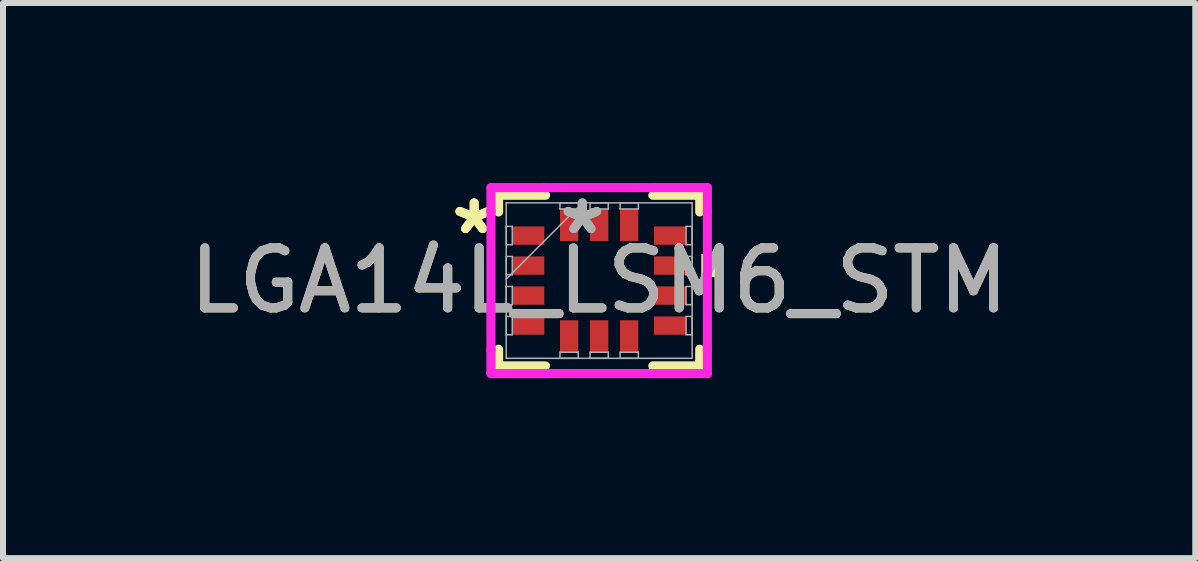
<source format=kicad_pcb>
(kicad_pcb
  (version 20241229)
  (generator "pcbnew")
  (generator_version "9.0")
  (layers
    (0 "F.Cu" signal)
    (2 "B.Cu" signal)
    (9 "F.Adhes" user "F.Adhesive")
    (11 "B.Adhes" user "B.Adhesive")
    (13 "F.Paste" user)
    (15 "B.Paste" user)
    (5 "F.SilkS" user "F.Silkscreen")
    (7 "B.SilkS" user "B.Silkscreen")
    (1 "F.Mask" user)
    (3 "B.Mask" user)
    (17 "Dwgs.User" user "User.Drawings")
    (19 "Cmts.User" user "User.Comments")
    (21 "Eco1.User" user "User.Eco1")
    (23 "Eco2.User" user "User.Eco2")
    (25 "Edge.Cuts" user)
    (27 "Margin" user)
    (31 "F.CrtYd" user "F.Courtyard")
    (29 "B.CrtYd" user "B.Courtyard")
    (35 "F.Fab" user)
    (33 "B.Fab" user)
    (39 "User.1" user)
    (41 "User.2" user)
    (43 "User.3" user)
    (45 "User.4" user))
  (footprint "LGA14L_LSM6_STM"
    (layer "F.Cu")
    (at 6.935 1.626)
    (property "Reference" "LGA14L_LSM6_STM" (at 0 0 0) (unlocked yes) (layer "F.SilkS") (effects (font (size 1 1) (thickness 0.15))))
    (attr smd)
    (fp_line (start -1.676 -1.422) (end -1.676 -1.144) (stroke (width 0.152) (type solid)) (layer "F.SilkS"))
    (fp_line (start -1.676 1.144) (end -1.676 1.422) (stroke (width 0.152) (type solid)) (layer "F.SilkS"))
    (fp_line (start -1.676 1.422) (end -0.894 1.422) (stroke (width 0.152) (type solid)) (layer "F.SilkS"))
    (fp_line (start -0.894 -1.422) (end -1.676 -1.422) (stroke (width 0.152) (type solid)) (layer "F.SilkS"))
    (fp_line (start 0.894 1.422) (end 1.676 1.422) (stroke (width 0.152) (type solid)) (layer "F.SilkS"))
    (fp_line (start 1.676 -1.422) (end 0.894 -1.422) (stroke (width 0.152) (type solid)) (layer "F.SilkS"))
    (fp_line (start 1.676 -1.144) (end 1.676 -1.422) (stroke (width 0.152) (type solid)) (layer "F.SilkS"))
    (fp_line (start 1.676 1.422) (end 1.676 1.144) (stroke (width 0.152) (type solid)) (layer "F.SilkS"))
    (fp_poly (pts (xy 1.956 -0.441) (xy 1.956 -0.06) (xy 1.702 -0.06) (xy 1.702 -0.441)) (stroke (width 0) (type solid)) (fill yes) (layer "F.SilkS"))
    (fp_line (start -1.803 -1.549) (end -0.907 -1.549) (stroke (width 0.152) (type solid)) (layer "F.CrtYd"))
    (fp_line (start -1.803 -1.157) (end -1.803 -1.549) (stroke (width 0.152) (type solid)) (layer "F.CrtYd"))
    (fp_line (start -1.803 -1.157) (end -1.803 -1.157) (stroke (width 0.152) (type solid)) (layer "F.CrtYd"))
    (fp_line (start -1.803 1.157) (end -1.803 -1.157) (stroke (width 0.152) (type solid)) (layer "F.CrtYd"))
    (fp_line (start -1.803 1.157) (end -1.803 1.157) (stroke (width 0.152) (type solid)) (layer "F.CrtYd"))
    (fp_line (start -1.803 1.549) (end -1.803 1.157) (stroke (width 0.152) (type solid)) (layer "F.CrtYd"))
    (fp_line (start -0.907 -1.549) (end -0.907 -1.549) (stroke (width 0.152) (type solid)) (layer "F.CrtYd"))
    (fp_line (start -0.907 -1.549) (end 0.907 -1.549) (stroke (width 0.152) (type solid)) (layer "F.CrtYd"))
    (fp_line (start -0.907 1.549) (end -1.803 1.549) (stroke (width 0.152) (type solid)) (layer "F.CrtYd"))
    (fp_line (start -0.907 1.549) (end -0.907 1.549) (stroke (width 0.152) (type solid)) (layer "F.CrtYd"))
    (fp_line (start 0.907 -1.549) (end 0.907 -1.549) (stroke (width 0.152) (type solid)) (layer "F.CrtYd"))
    (fp_line (start 0.907 -1.549) (end 1.803 -1.549) (stroke (width 0.152) (type solid)) (layer "F.CrtYd"))
    (fp_line (start 0.907 1.549) (end -0.907 1.549) (stroke (width 0.152) (type solid)) (layer "F.CrtYd"))
    (fp_line (start 0.907 1.549) (end 0.907 1.549) (stroke (width 0.152) (type solid)) (layer "F.CrtYd"))
    (fp_line (start 1.803 -1.549) (end 1.803 -1.157) (stroke (width 0.152) (type solid)) (layer "F.CrtYd"))
    (fp_line (start 1.803 -1.157) (end 1.803 -1.157) (stroke (width 0.152) (type solid)) (layer "F.CrtYd"))
    (fp_line (start 1.803 -1.157) (end 1.803 1.157) (stroke (width 0.152) (type solid)) (layer "F.CrtYd"))
    (fp_line (start 1.803 1.157) (end 1.803 1.157) (stroke (width 0.152) (type solid)) (layer "F.CrtYd"))
    (fp_line (start 1.803 1.157) (end 1.803 1.549) (stroke (width 0.152) (type solid)) (layer "F.CrtYd"))
    (fp_line (start 1.803 1.549) (end 0.907 1.549) (stroke (width 0.152) (type solid)) (layer "F.CrtYd"))
    (fp_line (start -1.549 -1.295) (end -1.549 1.295) (stroke (width 0.025) (type solid)) (layer "F.Fab"))
    (fp_line (start -1.549 -0.903) (end -1.448 -0.903) (stroke (width 0.025) (type solid)) (layer "F.Fab"))
    (fp_line (start -1.549 -0.598) (end -1.549 -0.903) (stroke (width 0.025) (type solid)) (layer "F.Fab"))
    (fp_line (start -1.549 -0.402) (end -1.448 -0.402) (stroke (width 0.025) (type solid)) (layer "F.Fab"))
    (fp_line (start -1.549 -0.098) (end -1.549 -0.402) (stroke (width 0.025) (type solid)) (layer "F.Fab"))
    (fp_line (start -1.549 -0.025) (end -0.279 -1.295) (stroke (width 0.025) (type solid)) (layer "F.Fab"))
    (fp_line (start -1.549 0.098) (end -1.448 0.098) (stroke (width 0.025) (type solid)) (layer "F.Fab"))
    (fp_line (start -1.549 0.402) (end -1.549 0.098) (stroke (width 0.025) (type solid)) (layer "F.Fab"))
    (fp_line (start -1.549 0.598) (end -1.448 0.598) (stroke (width 0.025) (type solid)) (layer "F.Fab"))
    (fp_line (start -1.549 0.903) (end -1.549 0.598) (stroke (width 0.025) (type solid)) (layer "F.Fab"))
    (fp_line (start -1.549 1.295) (end 1.549 1.295) (stroke (width 0.025) (type solid)) (layer "F.Fab"))
    (fp_line (start -1.448 -0.903) (end -1.448 -0.598) (stroke (width 0.025) (type solid)) (layer "F.Fab"))
    (fp_line (start -1.448 -0.598) (end -1.549 -0.598) (stroke (width 0.025) (type solid)) (layer "F.Fab"))
    (fp_line (start -1.448 -0.402) (end -1.448 -0.098) (stroke (width 0.025) (type solid)) (layer "F.Fab"))
    (fp_line (start -1.448 -0.098) (end -1.549 -0.098) (stroke (width 0.025) (type solid)) (layer "F.Fab"))
    (fp_line (start -1.448 0.098) (end -1.448 0.402) (stroke (width 0.025) (type solid)) (layer "F.Fab"))
    (fp_line (start -1.448 0.402) (end -1.549 0.402) (stroke (width 0.025) (type solid)) (layer "F.Fab"))
    (fp_line (start -1.448 0.598) (end -1.448 0.903) (stroke (width 0.025) (type solid)) (layer "F.Fab"))
    (fp_line (start -1.448 0.903) (end -1.549 0.903) (stroke (width 0.025) (type solid)) (layer "F.Fab"))
    (fp_line (start -0.653 -1.295) (end -0.348 -1.295) (stroke (width 0.025) (type solid)) (layer "F.Fab"))
    (fp_line (start -0.653 -1.194) (end -0.653 -1.295) (stroke (width 0.025) (type solid)) (layer "F.Fab"))
    (fp_line (start -0.653 1.194) (end -0.348 1.194) (stroke (width 0.025) (type solid)) (layer "F.Fab"))
    (fp_line (start -0.653 1.295) (end -0.653 1.194) (stroke (width 0.025) (type solid)) (layer "F.Fab"))
    (fp_line (start -0.348 -1.295) (end -0.348 -1.194) (stroke (width 0.025) (type solid)) (layer "F.Fab"))
    (fp_line (start -0.348 -1.194) (end -0.653 -1.194) (stroke (width 0.025) (type solid)) (layer "F.Fab"))
    (fp_line (start -0.348 1.194) (end -0.348 1.295) (stroke (width 0.025) (type solid)) (layer "F.Fab"))
    (fp_line (start -0.348 1.295) (end -0.653 1.295) (stroke (width 0.025) (type solid)) (layer "F.Fab"))
    (fp_line (start -0.152 -1.295) (end 0.152 -1.295) (stroke (width 0.025) (type solid)) (layer "F.Fab"))
    (fp_line (start -0.152 -1.194) (end -0.152 -1.295) (stroke (width 0.025) (type solid)) (layer "F.Fab"))
    (fp_line (start -0.152 1.194) (end 0.152 1.194) (stroke (width 0.025) (type solid)) (layer "F.Fab"))
    (fp_line (start -0.152 1.295) (end -0.152 1.194) (stroke (width 0.025) (type solid)) (layer "F.Fab"))
    (fp_line (start 0.152 -1.295) (end 0.152 -1.194) (stroke (width 0.025) (type solid)) (layer "F.Fab"))
    (fp_line (start 0.152 -1.194) (end -0.152 -1.194) (stroke (width 0.025) (type solid)) (layer "F.Fab"))
    (fp_line (start 0.152 1.194) (end 0.152 1.295) (stroke (width 0.025) (type solid)) (layer "F.Fab"))
    (fp_line (start 0.152 1.295) (end -0.152 1.295) (stroke (width 0.025) (type solid)) (layer "F.Fab"))
    (fp_line (start 0.348 -1.295) (end 0.653 -1.295) (stroke (width 0.025) (type solid)) (layer "F.Fab"))
    (fp_line (start 0.348 -1.194) (end 0.348 -1.295) (stroke (width 0.025) (type solid)) (layer "F.Fab"))
    (fp_line (start 0.348 1.194) (end 0.653 1.194) (stroke (width 0.025) (type solid)) (layer "F.Fab"))
    (fp_line (start 0.348 1.295) (end 0.348 1.194) (stroke (width 0.025) (type solid)) (layer "F.Fab"))
    (fp_line (start 0.653 -1.295) (end 0.653 -1.194) (stroke (width 0.025) (type solid)) (layer "F.Fab"))
    (fp_line (start 0.653 -1.194) (end 0.348 -1.194) (stroke (width 0.025) (type solid)) (layer "F.Fab"))
    (fp_line (start 0.653 1.194) (end 0.653 1.295) (stroke (width 0.025) (type solid)) (layer "F.Fab"))
    (fp_line (start 0.653 1.295) (end 0.348 1.295) (stroke (width 0.025) (type solid)) (layer "F.Fab"))
    (fp_line (start 1.448 -0.903) (end 1.549 -0.903) (stroke (width 0.025) (type solid)) (layer "F.Fab"))
    (fp_line (start 1.448 -0.598) (end 1.448 -0.903) (stroke (width 0.025) (type solid)) (layer "F.Fab"))
    (fp_line (start 1.448 -0.402) (end 1.549 -0.402) (stroke (width 0.025) (type solid)) (layer "F.Fab"))
    (fp_line (start 1.448 -0.098) (end 1.448 -0.402) (stroke (width 0.025) (type solid)) (layer "F.Fab"))
    (fp_line (start 1.448 0.098) (end 1.549 0.098) (stroke (width 0.025) (type solid)) (layer "F.Fab"))
    (fp_line (start 1.448 0.402) (end 1.448 0.098) (stroke (width 0.025) (type solid)) (layer "F.Fab"))
    (fp_line (start 1.448 0.598) (end 1.549 0.598) (stroke (width 0.025) (type solid)) (layer "F.Fab"))
    (fp_line (start 1.448 0.903) (end 1.448 0.598) (stroke (width 0.025) (type solid)) (layer "F.Fab"))
    (fp_line (start 1.549 -1.295) (end -1.549 -1.295) (stroke (width 0.025) (type solid)) (layer "F.Fab"))
    (fp_line (start 1.549 -0.903) (end 1.549 -0.598) (stroke (width 0.025) (type solid)) (layer "F.Fab"))
    (fp_line (start 1.549 -0.598) (end 1.448 -0.598) (stroke (width 0.025) (type solid)) (layer "F.Fab"))
    (fp_line (start 1.549 -0.402) (end 1.549 -0.098) (stroke (width 0.025) (type solid)) (layer "F.Fab"))
    (fp_line (start 1.549 -0.098) (end 1.448 -0.098) (stroke (width 0.025) (type solid)) (layer "F.Fab"))
    (fp_line (start 1.549 0.098) (end 1.549 0.402) (stroke (width 0.025) (type solid)) (layer "F.Fab"))
    (fp_line (start 1.549 0.402) (end 1.448 0.402) (stroke (width 0.025) (type solid)) (layer "F.Fab"))
    (fp_line (start 1.549 0.598) (end 1.549 0.903) (stroke (width 0.025) (type solid)) (layer "F.Fab"))
    (fp_line (start 1.549 0.903) (end 1.448 0.903) (stroke (width 0.025) (type solid)) (layer "F.Fab"))
    (fp_line (start 1.549 1.295) (end 1.549 -1.295) (stroke (width 0.025) (type solid)) (layer "F.Fab"))
    (fp_text user "*" (at -2.083 -0.75 0) (unlocked yes) (layer "F.SilkS") (effects (font (size 1 1) (thickness 0.15))))
    (fp_text user "*" (at -2.083 -0.75 0) (layer "F.SilkS") (effects (font (size 1 1) (thickness 0.15))))
    (fp_text user "*" (at -0.279 -0.75 0) (unlocked yes) (layer "F.Fab") (effects (font (size 1 1) (thickness 0.15))))
    (fp_text user "*" (at -0.279 -0.75 0) (layer "F.Fab") (effects (font (size 1 1) (thickness 0.15))))
    (fp_text user "${REFERENCE}" (at 0 0 0) (unlocked yes) (layer "F.Fab") (effects (font (size 1 1) (thickness 0.15))))
    (pad "1" smd rect (at -1.181 -0.75 90) (size 0.305 0.533) (layers "F.Cu" "F.Mask" "F.Paste"))
    (pad "2" smd rect (at -1.181 -0.25 90) (size 0.305 0.533) (layers "F.Cu" "F.Mask" "F.Paste"))
    (pad "3" smd rect (at -1.181 0.25 90) (size 0.305 0.533) (layers "F.Cu" "F.Mask" "F.Paste"))
    (pad "4" smd rect (at -1.181 0.75 90) (size 0.305 0.533) (layers "F.Cu" "F.Mask" "F.Paste"))
    (pad "5" smd rect (at -0.5 0.927) (size 0.305 0.533) (layers "F.Cu" "F.Mask" "F.Paste"))
    (pad "6" smd rect (at 0 0.927) (size 0.305 0.533) (layers "F.Cu" "F.Mask" "F.Paste"))
    (pad "7" smd rect (at 0.5 0.927) (size 0.305 0.533) (layers "F.Cu" "F.Mask" "F.Paste"))
    (pad "8" smd rect (at 1.181 0.75 90) (size 0.305 0.533) (layers "F.Cu" "F.Mask" "F.Paste"))
    (pad "9" smd rect (at 1.181 0.25 90) (size 0.305 0.533) (layers "F.Cu" "F.Mask" "F.Paste"))
    (pad "10" smd rect (at 1.181 -0.25 90) (size 0.305 0.533) (layers "F.Cu" "F.Mask" "F.Paste"))
    (pad "11" smd rect (at 1.181 -0.75 90) (size 0.305 0.533) (layers "F.Cu" "F.Mask" "F.Paste"))
    (pad "12" smd rect (at 0.5 -0.927) (size 0.305 0.533) (layers "F.Cu" "F.Mask" "F.Paste"))
    (pad "13" smd rect (at 0 -0.927) (size 0.305 0.533) (layers "F.Cu" "F.Mask" "F.Paste"))
    (pad "14" smd rect (at -0.5 -0.927) (size 0.305 0.533) (layers "F.Cu" "F.Mask" "F.Paste")))
  (gr_rect
    (start -3 -3)
    (end 16.869 6.251)
    (stroke (width 0.1) (type default))
    (fill no)
    (layer "Edge.Cuts")))
</source>
